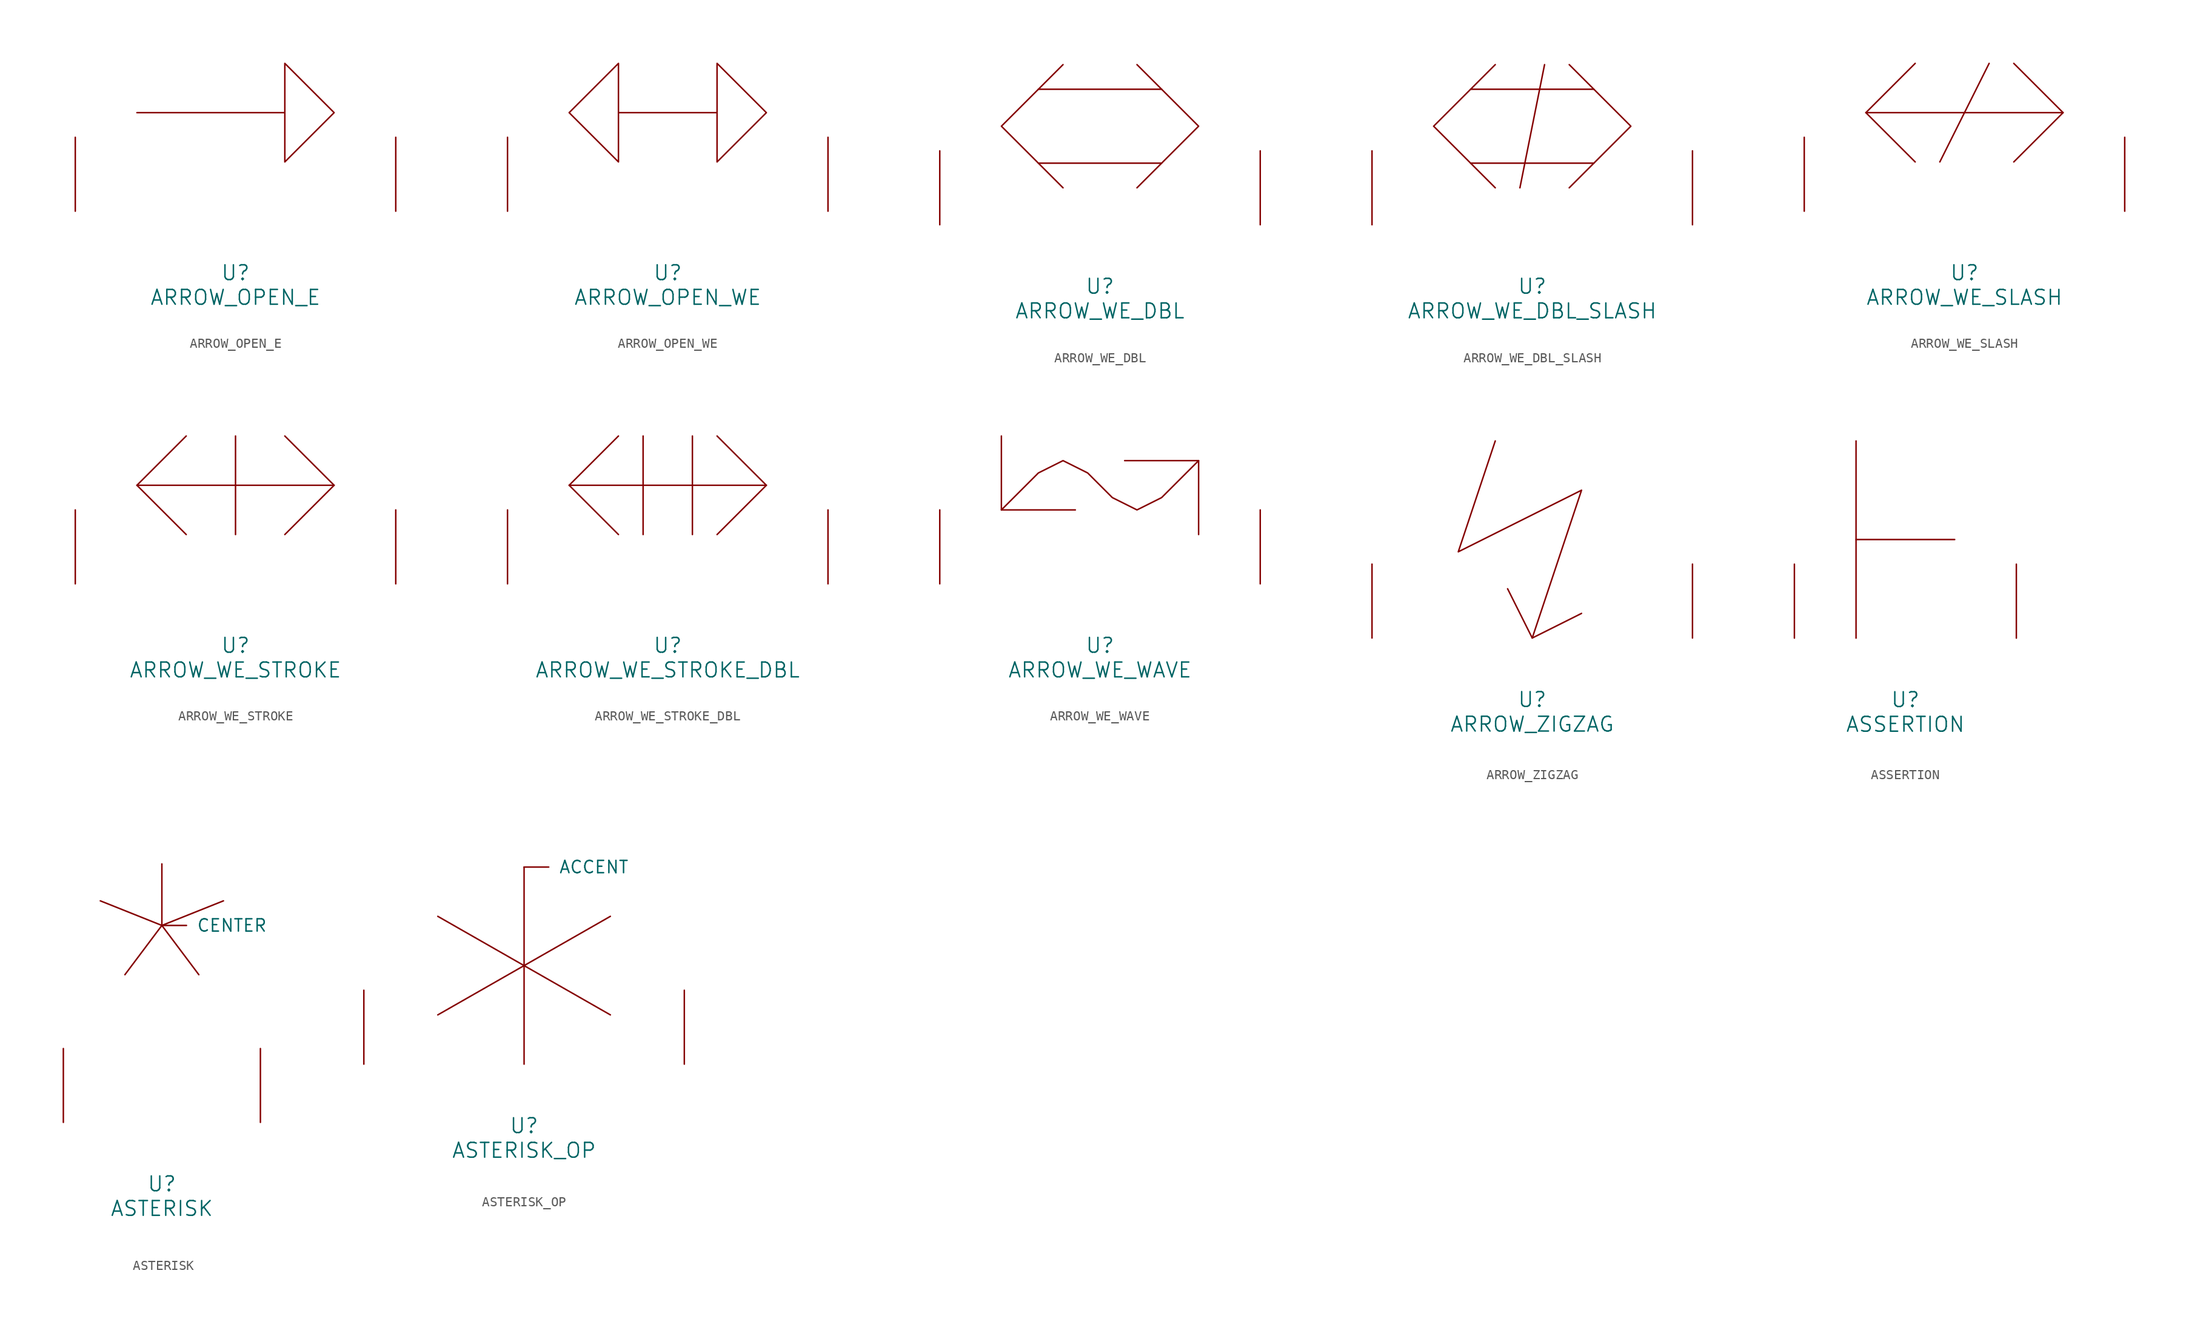
<source format=kicad_sym>
(kicad_symbol_lib
  (version 20220914)
  (generator font_lib2sym)
  (symbol "ARROW_OPEN_E"
    (pin_names
      (offset 1.016))
    (property "Reference" "U"
      (at 0 -6.35 0)
      (effects (font (size 1.524 1.524))))
    (property "Value" "ARROW_OPEN_E"
      (at 0 -8.89 0)
      (effects (font (size 1.524 1.524))))
    (symbol "ARROW_OPEN_E_0_1"
      (polyline (pts (xy 5.08 10.16) (xy -10.16 10.16)) (stroke (width 0) (type solid)) (fill (type none)))
      (polyline (pts (xy 5.08 5.08) (xy 5.08 15.24) (xy 10.16 10.16) (xy 5.08 5.08)) (stroke (width 0) (type solid)) (fill (type none)))
      (pin input line (at -16.51 0 90) (length 7.62) (name "~" (effects (font (size 1.27 1.27)))) (number "~" (effects (font (size 1.27 1.27)))))
      (pin input line (at 16.51 0 90) (length 7.62) (name "~" (effects (font (size 1.27 1.27)))) (number "~" (effects (font (size 1.27 1.27)))))))
  (symbol "ARROW_OPEN_WE"
    (pin_names
      (offset 1.016))
    (property "Reference" "U"
      (at 0 -6.35 0)
      (effects (font (size 1.524 1.524))))
    (property "Value" "ARROW_OPEN_WE"
      (at 0 -8.89 0)
      (effects (font (size 1.524 1.524))))
    (symbol "ARROW_OPEN_WE_0_1"
      (polyline (pts (xy -5.08 10.16) (xy 5.08 10.16)) (stroke (width 0) (type solid)) (fill (type none)))
      (polyline (pts (xy -5.08 5.08) (xy -10.16 10.16) (xy -5.08 15.24) (xy -5.08 5.08)) (stroke (width 0) (type solid)) (fill (type none)))
      (polyline (pts (xy 5.08 5.08) (xy 5.08 15.24) (xy 10.16 10.16) (xy 5.08 5.08)) (stroke (width 0) (type solid)) (fill (type none)))
      (pin input line (at -16.51 0 90) (length 7.62) (name "~" (effects (font (size 1.27 1.27)))) (number "~" (effects (font (size 1.27 1.27)))))
      (pin input line (at 16.51 0 90) (length 7.62) (name "~" (effects (font (size 1.27 1.27)))) (number "~" (effects (font (size 1.27 1.27)))))))
  (symbol "ARROW_WE_DBL"
    (pin_names
      (offset 1.016))
    (property "Reference" "U"
      (at 0 -6.35 0)
      (effects (font (size 1.524 1.524))))
    (property "Value" "ARROW_WE_DBL"
      (at 0 -8.89 0)
      (effects (font (size 1.524 1.524))))
    (symbol "ARROW_WE_DBL_0_1"
      (polyline (pts (xy -6.35 6.35) (xy 6.35 6.35)) (stroke (width 0) (type solid)) (fill (type none)))
      (polyline (pts (xy -6.35 13.97) (xy 6.35 13.97)) (stroke (width 0) (type solid)) (fill (type none)))
      (polyline (pts (xy -3.81 3.81) (xy -10.16 10.16) (xy -3.81 16.51)) (stroke (width 0) (type solid)) (fill (type none)))
      (polyline (pts (xy 3.81 16.51) (xy 10.16 10.16) (xy 3.81 3.81)) (stroke (width 0) (type solid)) (fill (type none)))
      (pin input line (at -16.51 0 90) (length 7.62) (name "~" (effects (font (size 1.27 1.27)))) (number "~" (effects (font (size 1.27 1.27)))))
      (pin input line (at 16.51 0 90) (length 7.62) (name "~" (effects (font (size 1.27 1.27)))) (number "~" (effects (font (size 1.27 1.27)))))))
  (symbol "ARROW_WE_DBL_SLASH"
    (pin_names
      (offset 1.016))
    (property "Reference" "U"
      (at 0 -6.35 0)
      (effects (font (size 1.524 1.524))))
    (property "Value" "ARROW_WE_DBL_SLASH"
      (at 0 -8.89 0)
      (effects (font (size 1.524 1.524))))
    (symbol "ARROW_WE_DBL_SLASH_0_1"
      (polyline (pts (xy -6.35 6.35) (xy 6.35 6.35)) (stroke (width 0) (type solid)) (fill (type none)))
      (polyline (pts (xy -6.35 13.97) (xy 6.35 13.97)) (stroke (width 0) (type solid)) (fill (type none)))
      (polyline (pts (xy 1.27 16.51) (xy -1.27 3.81)) (stroke (width 0) (type solid)) (fill (type none)))
      (polyline (pts (xy -3.81 3.81) (xy -10.16 10.16) (xy -3.81 16.51)) (stroke (width 0) (type solid)) (fill (type none)))
      (polyline (pts (xy 3.81 16.51) (xy 10.16 10.16) (xy 3.81 3.81)) (stroke (width 0) (type solid)) (fill (type none)))
      (pin input line (at -16.51 0 90) (length 7.62) (name "~" (effects (font (size 1.27 1.27)))) (number "~" (effects (font (size 1.27 1.27)))))
      (pin input line (at 16.51 0 90) (length 7.62) (name "~" (effects (font (size 1.27 1.27)))) (number "~" (effects (font (size 1.27 1.27)))))))
  (symbol "ARROW_WE_SLASH"
    (pin_names
      (offset 1.016))
    (property "Reference" "U"
      (at 0 -6.35 0)
      (effects (font (size 1.524 1.524))))
    (property "Value" "ARROW_WE_SLASH"
      (at 0 -8.89 0)
      (effects (font (size 1.524 1.524))))
    (symbol "ARROW_WE_SLASH_0_1"
      (polyline (pts (xy -10.16 10.16) (xy 10.16 10.16)) (stroke (width 0) (type solid)) (fill (type none)))
      (polyline (pts (xy 2.54 15.24) (xy -2.54 5.08)) (stroke (width 0) (type solid)) (fill (type none)))
      (polyline (pts (xy -5.08 15.24) (xy -10.16 10.16) (xy -5.08 5.08)) (stroke (width 0) (type solid)) (fill (type none)))
      (polyline (pts (xy 5.08 5.08) (xy 10.16 10.16) (xy 5.08 15.24)) (stroke (width 0) (type solid)) (fill (type none)))
      (pin input line (at -16.51 0 90) (length 7.62) (name "~" (effects (font (size 1.27 1.27)))) (number "~" (effects (font (size 1.27 1.27)))))
      (pin input line (at 16.51 0 90) (length 7.62) (name "~" (effects (font (size 1.27 1.27)))) (number "~" (effects (font (size 1.27 1.27)))))))
  (symbol "ARROW_WE_STROKE"
    (pin_names
      (offset 1.016))
    (property "Reference" "U"
      (at 0 -6.35 0)
      (effects (font (size 1.524 1.524))))
    (property "Value" "ARROW_WE_STROKE"
      (at 0 -8.89 0)
      (effects (font (size 1.524 1.524))))
    (symbol "ARROW_WE_STROKE_0_1"
      (polyline (pts (xy -10.16 10.16) (xy 10.16 10.16)) (stroke (width 0) (type solid)) (fill (type none)))
      (polyline (pts (xy 0 15.24) (xy 0 5.08)) (stroke (width 0) (type solid)) (fill (type none)))
      (polyline (pts (xy -5.08 15.24) (xy -10.16 10.16) (xy -5.08 5.08)) (stroke (width 0) (type solid)) (fill (type none)))
      (polyline (pts (xy 5.08 5.08) (xy 10.16 10.16) (xy 5.08 15.24)) (stroke (width 0) (type solid)) (fill (type none)))
      (pin input line (at -16.51 0 90) (length 7.62) (name "~" (effects (font (size 1.27 1.27)))) (number "~" (effects (font (size 1.27 1.27)))))
      (pin input line (at 16.51 0 90) (length 7.62) (name "~" (effects (font (size 1.27 1.27)))) (number "~" (effects (font (size 1.27 1.27)))))))
  (symbol "ARROW_WE_STROKE_DBL"
    (pin_names
      (offset 1.016))
    (property "Reference" "U"
      (at 0 -6.35 0)
      (effects (font (size 1.524 1.524))))
    (property "Value" "ARROW_WE_STROKE_DBL"
      (at 0 -8.89 0)
      (effects (font (size 1.524 1.524))))
    (symbol "ARROW_WE_STROKE_DBL_0_1"
      (polyline (pts (xy -10.16 10.16) (xy 10.16 10.16)) (stroke (width 0) (type solid)) (fill (type none)))
      (polyline (pts (xy -2.54 15.24) (xy -2.54 5.08)) (stroke (width 0) (type solid)) (fill (type none)))
      (polyline (pts (xy 2.54 15.24) (xy 2.54 5.08)) (stroke (width 0) (type solid)) (fill (type none)))
      (polyline (pts (xy -5.08 5.08) (xy -10.16 10.16) (xy -5.08 15.24)) (stroke (width 0) (type solid)) (fill (type none)))
      (polyline (pts (xy 5.08 5.08) (xy 10.16 10.16) (xy 5.08 15.24)) (stroke (width 0) (type solid)) (fill (type none)))
      (pin input line (at -16.51 0 90) (length 7.62) (name "~" (effects (font (size 1.27 1.27)))) (number "~" (effects (font (size 1.27 1.27)))))
      (pin input line (at 16.51 0 90) (length 7.62) (name "~" (effects (font (size 1.27 1.27)))) (number "~" (effects (font (size 1.27 1.27)))))))
  (symbol "ARROW_WE_WAVE"
    (pin_names
      (offset 1.016))
    (property "Reference" "U"
      (at 0 -6.35 0)
      (effects (font (size 1.524 1.524))))
    (property "Value" "ARROW_WE_WAVE"
      (at 0 -8.89 0)
      (effects (font (size 1.524 1.524))))
    (symbol "ARROW_WE_WAVE_0_1"
      (polyline (pts (xy -2.54 7.62) (xy -10.16 7.62) (xy -10.16 15.24)) (stroke (width 0) (type solid)) (fill (type none)))
      (polyline (pts (xy 10.16 5.08) (xy 10.16 12.7) (xy 2.54 12.7)) (stroke (width 0) (type solid)) (fill (type none)))
      (polyline (pts (xy 10.16 12.7) (xy 6.35 8.89) (xy 3.81 7.62) (xy 1.27 8.89) (xy -1.27 11.43) (xy -3.81 12.7) (xy -6.35 11.43) (xy -10.16 7.62)) (stroke (width 0) (type solid)) (fill (type none)))
      (pin input line (at -16.51 0 90) (length 7.62) (name "~" (effects (font (size 1.27 1.27)))) (number "~" (effects (font (size 1.27 1.27)))))
      (pin input line (at 16.51 0 90) (length 7.62) (name "~" (effects (font (size 1.27 1.27)))) (number "~" (effects (font (size 1.27 1.27)))))))
  (symbol "ARROW_ZIGZAG"
    (pin_names
      (offset 1.016))
    (property "Reference" "U"
      (at 0 -6.35 0)
      (effects (font (size 1.524 1.524))))
    (property "Value" "ARROW_ZIGZAG"
      (at 0 -8.89 0)
      (effects (font (size 1.524 1.524))))
    (symbol "ARROW_ZIGZAG_0_1"
      (polyline (pts (xy -2.54 5.08) (xy 0 0) (xy 5.08 2.54)) (stroke (width 0) (type solid)) (fill (type none)))
      (polyline (pts (xy -3.81 20.32) (xy -7.62 8.89) (xy 5.08 15.24) (xy 0 0)) (stroke (width 0) (type solid)) (fill (type none)))
      (pin input line (at -16.51 0 90) (length 7.62) (name "~" (effects (font (size 1.27 1.27)))) (number "~" (effects (font (size 1.27 1.27)))))
      (pin input line (at 16.51 0 90) (length 7.62) (name "~" (effects (font (size 1.27 1.27)))) (number "~" (effects (font (size 1.27 1.27)))))))
  (symbol "ASSERTION"
    (pin_names
      (offset 1.016))
    (property "Reference" "U"
      (at 0 -6.35 0)
      (effects (font (size 1.524 1.524))))
    (property "Value" "ASSERTION"
      (at 0 -8.89 0)
      (effects (font (size 1.524 1.524))))
    (symbol "ASSERTION_0_1"
      (polyline (pts (xy -5.08 10.16) (xy 5.08 10.16)) (stroke (width 0) (type solid)) (fill (type none)))
      (polyline (pts (xy -5.08 20.32) (xy -5.08 0)) (stroke (width 0) (type solid)) (fill (type none)))
      (pin input line (at -11.43 0 90) (length 7.62) (name "~" (effects (font (size 1.27 1.27)))) (number "~" (effects (font (size 1.27 1.27)))))
      (pin input line (at 11.43 0 90) (length 7.62) (name "~" (effects (font (size 1.27 1.27)))) (number "~" (effects (font (size 1.27 1.27)))))))
  (symbol "ASTERISK"
    (pin_names
      (offset 1.016))
    (property "Reference" "U"
      (at 0 -6.35 0)
      (effects (font (size 1.524 1.524))))
    (property "Value" "ASTERISK"
      (at 0 -8.89 0)
      (effects (font (size 1.524 1.524))))
    (symbol "ASTERISK_0_1"
      (polyline (pts (xy 0 26.67) (xy 0 20.32)) (stroke (width 0) (type solid)) (fill (type none)))
      (polyline (pts (xy -6.35 22.86) (xy 0 20.32) (xy 6.35 22.86)) (stroke (width 0) (type solid)) (fill (type none)))
      (polyline (pts (xy -3.81 15.24) (xy 0 20.32) (xy 3.81 15.24)) (stroke (width 0) (type solid)) (fill (type none)))
      (pin input line (at 0 20.32 0) (length 2.54) (name "CENTER" (effects (font (size 1.27 1.27)))) (number "~" (effects (font (size 1.27 1.27)))))
      (pin input line (at -10.16 0 90) (length 7.62) (name "~" (effects (font (size 1.27 1.27)))) (number "~" (effects (font (size 1.27 1.27)))))
      (pin input line (at 10.16 0 90) (length 7.62) (name "~" (effects (font (size 1.27 1.27)))) (number "~" (effects (font (size 1.27 1.27)))))))
  (symbol "ASTERISK_OP"
    (pin_names
      (offset 1.016))
    (property "Reference" "U"
      (at 0 -6.35 0)
      (effects (font (size 1.524 1.524))))
    (property "Value" "ASTERISK_OP"
      (at 0 -8.89 0)
      (effects (font (size 1.524 1.524))))
    (symbol "ASTERISK_OP_0_1"
      (polyline (pts (xy -8.89 15.24) (xy 8.89 5.08)) (stroke (width 0) (type solid)) (fill (type none)))
      (polyline (pts (xy 0 0) (xy 0 20.32)) (stroke (width 0) (type solid)) (fill (type none)))
      (polyline (pts (xy 8.89 15.24) (xy -8.89 5.08)) (stroke (width 0) (type solid)) (fill (type none)))
      (pin input line (at 0 20.32 0) (length 2.54) (name "ACCENT" (effects (font (size 1.27 1.27)))) (number "~" (effects (font (size 1.27 1.27)))))
      (pin input line (at -16.51 0 90) (length 7.62) (name "~" (effects (font (size 1.27 1.27)))) (number "~" (effects (font (size 1.27 1.27)))))
      (pin input line (at 16.51 0 90) (length 7.62) (name "~" (effects (font (size 1.27 1.27)))) (number "~" (effects (font (size 1.27 1.27))))))))
</source>
